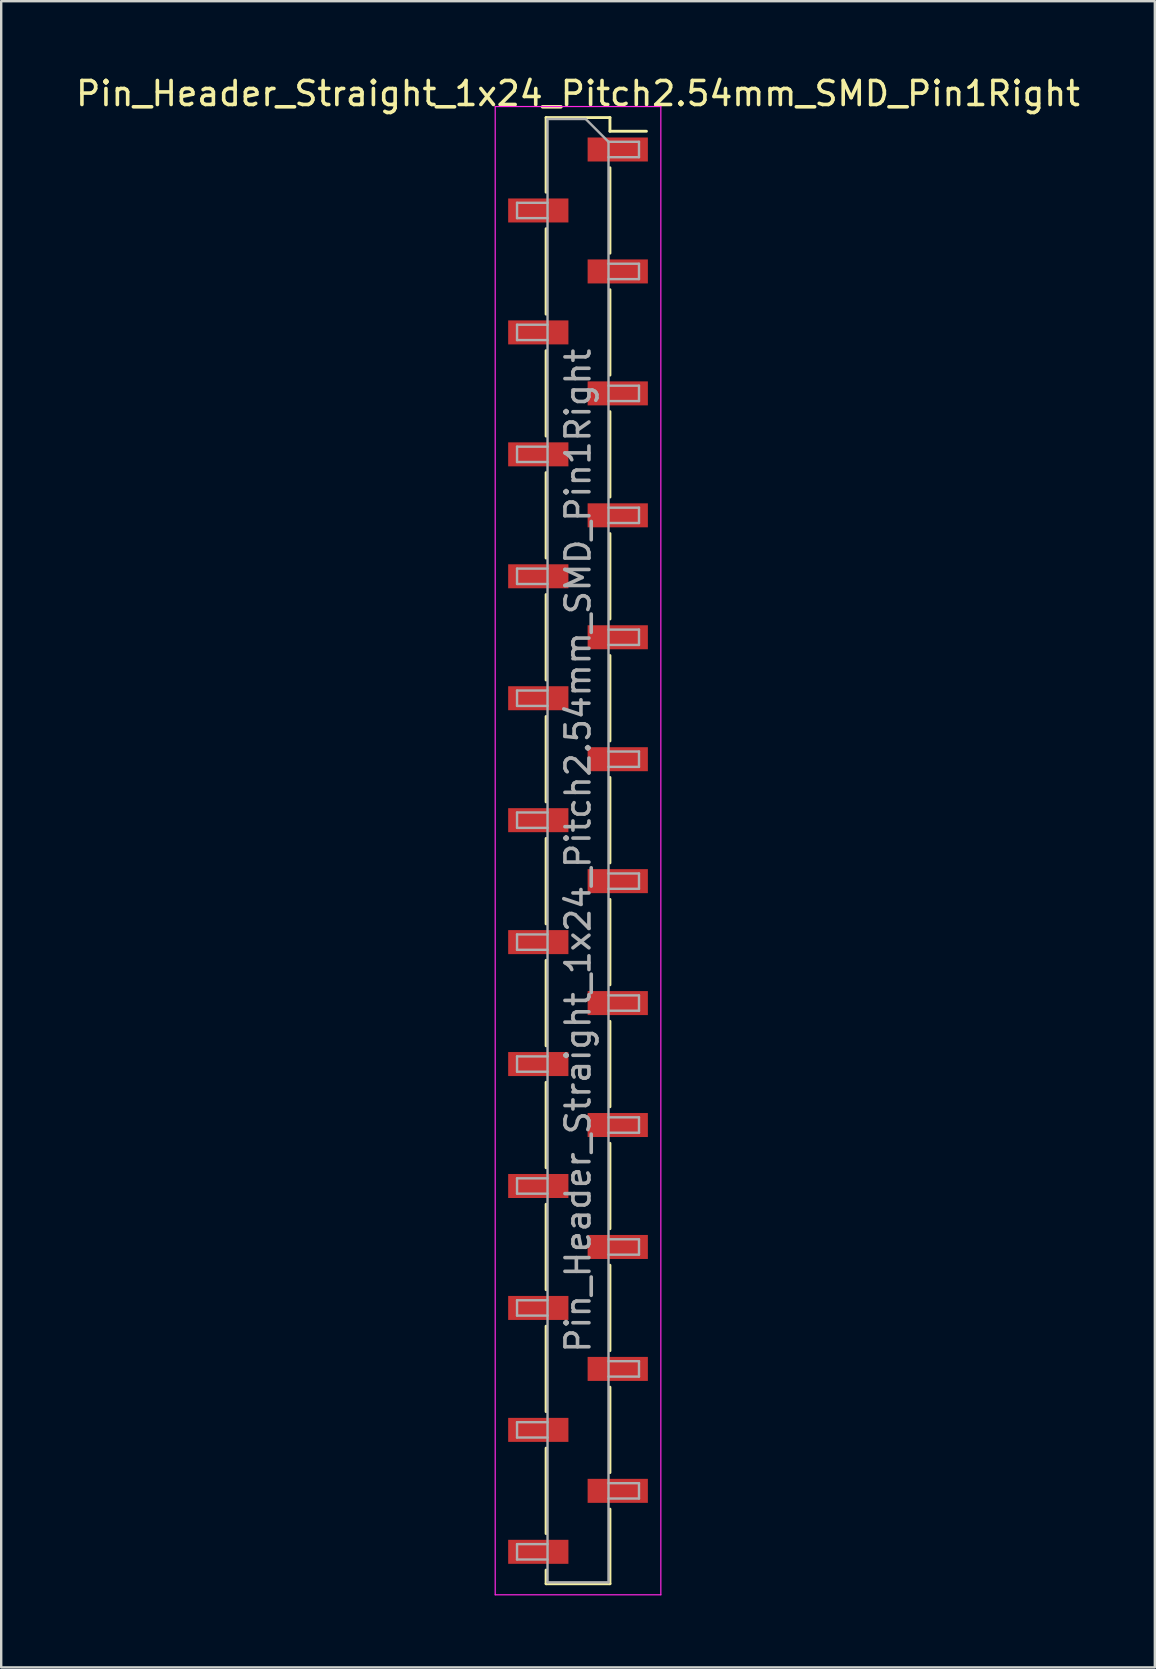
<source format=kicad_pcb>
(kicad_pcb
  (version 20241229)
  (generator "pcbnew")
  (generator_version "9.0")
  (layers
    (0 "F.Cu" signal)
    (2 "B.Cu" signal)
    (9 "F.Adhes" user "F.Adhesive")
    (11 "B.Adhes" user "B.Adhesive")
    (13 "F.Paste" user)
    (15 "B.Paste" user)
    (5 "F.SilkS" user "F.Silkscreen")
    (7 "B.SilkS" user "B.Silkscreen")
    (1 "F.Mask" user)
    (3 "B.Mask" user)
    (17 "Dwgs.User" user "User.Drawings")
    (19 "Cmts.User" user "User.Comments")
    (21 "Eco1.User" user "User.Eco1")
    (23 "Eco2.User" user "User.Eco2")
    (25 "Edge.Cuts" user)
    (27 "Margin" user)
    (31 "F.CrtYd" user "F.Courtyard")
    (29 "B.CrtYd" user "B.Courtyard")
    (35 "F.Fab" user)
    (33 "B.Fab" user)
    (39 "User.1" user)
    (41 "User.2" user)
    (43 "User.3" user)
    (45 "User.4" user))
  (footprint "Pin_Header_Straight_1x24_Pitch2.54mm_SMD_Pin1Right"
    (layer "F.Cu")
    (at 21.03 32.388)
    (property "Reference" "Pin_Header_Straight_1x24_Pitch2.54mm_SMD_Pin1Right" (at 0 -31.54 0) (layer "F.SilkS") (effects (font (size 1 1) (thickness 0.15))))
    (attr smd)
    (fp_line (start -1.33 -30.54) (end -1.33 -27.43) (stroke (width 0.12) (type solid)) (layer "F.SilkS"))
    (fp_line (start -1.33 -30.54) (end 1.33 -30.54) (stroke (width 0.12) (type solid)) (layer "F.SilkS"))
    (fp_line (start -1.33 -25.91) (end -1.33 -22.35) (stroke (width 0.12) (type solid)) (layer "F.SilkS"))
    (fp_line (start -1.33 -20.83) (end -1.33 -17.27) (stroke (width 0.12) (type solid)) (layer "F.SilkS"))
    (fp_line (start -1.33 -15.75) (end -1.33 -12.19) (stroke (width 0.12) (type solid)) (layer "F.SilkS"))
    (fp_line (start -1.33 -10.67) (end -1.33 -7.11) (stroke (width 0.12) (type solid)) (layer "F.SilkS"))
    (fp_line (start -1.33 -5.59) (end -1.33 -2.03) (stroke (width 0.12) (type solid)) (layer "F.SilkS"))
    (fp_line (start -1.33 -0.51) (end -1.33 3.05) (stroke (width 0.12) (type solid)) (layer "F.SilkS"))
    (fp_line (start -1.33 4.57) (end -1.33 8.13) (stroke (width 0.12) (type solid)) (layer "F.SilkS"))
    (fp_line (start -1.33 9.65) (end -1.33 13.21) (stroke (width 0.12) (type solid)) (layer "F.SilkS"))
    (fp_line (start -1.33 14.73) (end -1.33 18.29) (stroke (width 0.12) (type solid)) (layer "F.SilkS"))
    (fp_line (start -1.33 19.81) (end -1.33 23.37) (stroke (width 0.12) (type solid)) (layer "F.SilkS"))
    (fp_line (start -1.33 24.89) (end -1.33 28.45) (stroke (width 0.12) (type solid)) (layer "F.SilkS"))
    (fp_line (start -1.33 29.97) (end -1.33 30.54) (stroke (width 0.12) (type solid)) (layer "F.SilkS"))
    (fp_line (start -1.33 30.54) (end 1.33 30.54) (stroke (width 0.12) (type solid)) (layer "F.SilkS"))
    (fp_line (start 1.33 -30.54) (end 1.33 -29.97) (stroke (width 0.12) (type solid)) (layer "F.SilkS"))
    (fp_line (start 1.33 -29.97) (end 2.85 -29.97) (stroke (width 0.12) (type solid)) (layer "F.SilkS"))
    (fp_line (start 1.33 -28.45) (end 1.33 -24.89) (stroke (width 0.12) (type solid)) (layer "F.SilkS"))
    (fp_line (start 1.33 -23.37) (end 1.33 -19.81) (stroke (width 0.12) (type solid)) (layer "F.SilkS"))
    (fp_line (start 1.33 -18.29) (end 1.33 -14.73) (stroke (width 0.12) (type solid)) (layer "F.SilkS"))
    (fp_line (start 1.33 -13.21) (end 1.33 -9.65) (stroke (width 0.12) (type solid)) (layer "F.SilkS"))
    (fp_line (start 1.33 -8.13) (end 1.33 -4.57) (stroke (width 0.12) (type solid)) (layer "F.SilkS"))
    (fp_line (start 1.33 -3.05) (end 1.33 0.51) (stroke (width 0.12) (type solid)) (layer "F.SilkS"))
    (fp_line (start 1.33 2.03) (end 1.33 5.59) (stroke (width 0.12) (type solid)) (layer "F.SilkS"))
    (fp_line (start 1.33 7.11) (end 1.33 10.67) (stroke (width 0.12) (type solid)) (layer "F.SilkS"))
    (fp_line (start 1.33 12.19) (end 1.33 15.75) (stroke (width 0.12) (type solid)) (layer "F.SilkS"))
    (fp_line (start 1.33 17.27) (end 1.33 20.83) (stroke (width 0.12) (type solid)) (layer "F.SilkS"))
    (fp_line (start 1.33 22.35) (end 1.33 25.91) (stroke (width 0.12) (type solid)) (layer "F.SilkS"))
    (fp_line (start 1.33 27.43) (end 1.33 30.54) (stroke (width 0.12) (type solid)) (layer "F.SilkS"))
    (fp_line (start -3.45 -31) (end -3.45 31) (stroke (width 0.05) (type solid)) (layer "F.CrtYd"))
    (fp_line (start -3.45 31) (end 3.45 31) (stroke (width 0.05) (type solid)) (layer "F.CrtYd"))
    (fp_line (start 3.45 -31) (end -3.45 -31) (stroke (width 0.05) (type solid)) (layer "F.CrtYd"))
    (fp_line (start 3.45 31) (end 3.45 -31) (stroke (width 0.05) (type solid)) (layer "F.CrtYd"))
    (fp_line (start -2.54 -26.99) (end -2.54 -26.35) (stroke (width 0.1) (type solid)) (layer "F.Fab"))
    (fp_line (start -2.54 -26.35) (end -1.27 -26.35) (stroke (width 0.1) (type solid)) (layer "F.Fab"))
    (fp_line (start -2.54 -21.91) (end -2.54 -21.27) (stroke (width 0.1) (type solid)) (layer "F.Fab"))
    (fp_line (start -2.54 -21.27) (end -1.27 -21.27) (stroke (width 0.1) (type solid)) (layer "F.Fab"))
    (fp_line (start -2.54 -16.83) (end -2.54 -16.19) (stroke (width 0.1) (type solid)) (layer "F.Fab"))
    (fp_line (start -2.54 -16.19) (end -1.27 -16.19) (stroke (width 0.1) (type solid)) (layer "F.Fab"))
    (fp_line (start -2.54 -11.75) (end -2.54 -11.11) (stroke (width 0.1) (type solid)) (layer "F.Fab"))
    (fp_line (start -2.54 -11.11) (end -1.27 -11.11) (stroke (width 0.1) (type solid)) (layer "F.Fab"))
    (fp_line (start -2.54 -6.67) (end -2.54 -6.03) (stroke (width 0.1) (type solid)) (layer "F.Fab"))
    (fp_line (start -2.54 -6.03) (end -1.27 -6.03) (stroke (width 0.1) (type solid)) (layer "F.Fab"))
    (fp_line (start -2.54 -1.59) (end -2.54 -0.95) (stroke (width 0.1) (type solid)) (layer "F.Fab"))
    (fp_line (start -2.54 -0.95) (end -1.27 -0.95) (stroke (width 0.1) (type solid)) (layer "F.Fab"))
    (fp_line (start -2.54 3.49) (end -2.54 4.13) (stroke (width 0.1) (type solid)) (layer "F.Fab"))
    (fp_line (start -2.54 4.13) (end -1.27 4.13) (stroke (width 0.1) (type solid)) (layer "F.Fab"))
    (fp_line (start -2.54 8.57) (end -2.54 9.21) (stroke (width 0.1) (type solid)) (layer "F.Fab"))
    (fp_line (start -2.54 9.21) (end -1.27 9.21) (stroke (width 0.1) (type solid)) (layer "F.Fab"))
    (fp_line (start -2.54 13.65) (end -2.54 14.29) (stroke (width 0.1) (type solid)) (layer "F.Fab"))
    (fp_line (start -2.54 14.29) (end -1.27 14.29) (stroke (width 0.1) (type solid)) (layer "F.Fab"))
    (fp_line (start -2.54 18.73) (end -2.54 19.37) (stroke (width 0.1) (type solid)) (layer "F.Fab"))
    (fp_line (start -2.54 19.37) (end -1.27 19.37) (stroke (width 0.1) (type solid)) (layer "F.Fab"))
    (fp_line (start -2.54 23.81) (end -2.54 24.45) (stroke (width 0.1) (type solid)) (layer "F.Fab"))
    (fp_line (start -2.54 24.45) (end -1.27 24.45) (stroke (width 0.1) (type solid)) (layer "F.Fab"))
    (fp_line (start -2.54 28.89) (end -2.54 29.53) (stroke (width 0.1) (type solid)) (layer "F.Fab"))
    (fp_line (start -2.54 29.53) (end -1.27 29.53) (stroke (width 0.1) (type solid)) (layer "F.Fab"))
    (fp_line (start -1.27 -30.48) (end -1.27 30.48) (stroke (width 0.1) (type solid)) (layer "F.Fab"))
    (fp_line (start -1.27 -30.48) (end 0.32 -30.48) (stroke (width 0.1) (type solid)) (layer "F.Fab"))
    (fp_line (start -1.27 -26.99) (end -2.54 -26.99) (stroke (width 0.1) (type solid)) (layer "F.Fab"))
    (fp_line (start -1.27 -21.91) (end -2.54 -21.91) (stroke (width 0.1) (type solid)) (layer "F.Fab"))
    (fp_line (start -1.27 -16.83) (end -2.54 -16.83) (stroke (width 0.1) (type solid)) (layer "F.Fab"))
    (fp_line (start -1.27 -11.75) (end -2.54 -11.75) (stroke (width 0.1) (type solid)) (layer "F.Fab"))
    (fp_line (start -1.27 -6.67) (end -2.54 -6.67) (stroke (width 0.1) (type solid)) (layer "F.Fab"))
    (fp_line (start -1.27 -1.59) (end -2.54 -1.59) (stroke (width 0.1) (type solid)) (layer "F.Fab"))
    (fp_line (start -1.27 3.49) (end -2.54 3.49) (stroke (width 0.1) (type solid)) (layer "F.Fab"))
    (fp_line (start -1.27 8.57) (end -2.54 8.57) (stroke (width 0.1) (type solid)) (layer "F.Fab"))
    (fp_line (start -1.27 13.65) (end -2.54 13.65) (stroke (width 0.1) (type solid)) (layer "F.Fab"))
    (fp_line (start -1.27 18.73) (end -2.54 18.73) (stroke (width 0.1) (type solid)) (layer "F.Fab"))
    (fp_line (start -1.27 23.81) (end -2.54 23.81) (stroke (width 0.1) (type solid)) (layer "F.Fab"))
    (fp_line (start -1.27 28.89) (end -2.54 28.89) (stroke (width 0.1) (type solid)) (layer "F.Fab"))
    (fp_line (start 1.27 -29.53) (end 0.32 -30.48) (stroke (width 0.1) (type solid)) (layer "F.Fab"))
    (fp_line (start 1.27 -29.53) (end 2.54 -29.53) (stroke (width 0.1) (type solid)) (layer "F.Fab"))
    (fp_line (start 1.27 -24.45) (end 2.54 -24.45) (stroke (width 0.1) (type solid)) (layer "F.Fab"))
    (fp_line (start 1.27 -19.37) (end 2.54 -19.37) (stroke (width 0.1) (type solid)) (layer "F.Fab"))
    (fp_line (start 1.27 -14.29) (end 2.54 -14.29) (stroke (width 0.1) (type solid)) (layer "F.Fab"))
    (fp_line (start 1.27 -9.21) (end 2.54 -9.21) (stroke (width 0.1) (type solid)) (layer "F.Fab"))
    (fp_line (start 1.27 -4.13) (end 2.54 -4.13) (stroke (width 0.1) (type solid)) (layer "F.Fab"))
    (fp_line (start 1.27 0.95) (end 2.54 0.95) (stroke (width 0.1) (type solid)) (layer "F.Fab"))
    (fp_line (start 1.27 6.03) (end 2.54 6.03) (stroke (width 0.1) (type solid)) (layer "F.Fab"))
    (fp_line (start 1.27 11.11) (end 2.54 11.11) (stroke (width 0.1) (type solid)) (layer "F.Fab"))
    (fp_line (start 1.27 16.19) (end 2.54 16.19) (stroke (width 0.1) (type solid)) (layer "F.Fab"))
    (fp_line (start 1.27 21.27) (end 2.54 21.27) (stroke (width 0.1) (type solid)) (layer "F.Fab"))
    (fp_line (start 1.27 26.35) (end 2.54 26.35) (stroke (width 0.1) (type solid)) (layer "F.Fab"))
    (fp_line (start 1.27 30.48) (end -1.27 30.48) (stroke (width 0.1) (type solid)) (layer "F.Fab"))
    (fp_line (start 1.27 30.48) (end 1.27 -29.53) (stroke (width 0.1) (type solid)) (layer "F.Fab"))
    (fp_line (start 2.54 -29.53) (end 2.54 -28.89) (stroke (width 0.1) (type solid)) (layer "F.Fab"))
    (fp_line (start 2.54 -28.89) (end 1.27 -28.89) (stroke (width 0.1) (type solid)) (layer "F.Fab"))
    (fp_line (start 2.54 -24.45) (end 2.54 -23.81) (stroke (width 0.1) (type solid)) (layer "F.Fab"))
    (fp_line (start 2.54 -23.81) (end 1.27 -23.81) (stroke (width 0.1) (type solid)) (layer "F.Fab"))
    (fp_line (start 2.54 -19.37) (end 2.54 -18.73) (stroke (width 0.1) (type solid)) (layer "F.Fab"))
    (fp_line (start 2.54 -18.73) (end 1.27 -18.73) (stroke (width 0.1) (type solid)) (layer "F.Fab"))
    (fp_line (start 2.54 -14.29) (end 2.54 -13.65) (stroke (width 0.1) (type solid)) (layer "F.Fab"))
    (fp_line (start 2.54 -13.65) (end 1.27 -13.65) (stroke (width 0.1) (type solid)) (layer "F.Fab"))
    (fp_line (start 2.54 -9.21) (end 2.54 -8.57) (stroke (width 0.1) (type solid)) (layer "F.Fab"))
    (fp_line (start 2.54 -8.57) (end 1.27 -8.57) (stroke (width 0.1) (type solid)) (layer "F.Fab"))
    (fp_line (start 2.54 -4.13) (end 2.54 -3.49) (stroke (width 0.1) (type solid)) (layer "F.Fab"))
    (fp_line (start 2.54 -3.49) (end 1.27 -3.49) (stroke (width 0.1) (type solid)) (layer "F.Fab"))
    (fp_line (start 2.54 0.95) (end 2.54 1.59) (stroke (width 0.1) (type solid)) (layer "F.Fab"))
    (fp_line (start 2.54 1.59) (end 1.27 1.59) (stroke (width 0.1) (type solid)) (layer "F.Fab"))
    (fp_line (start 2.54 6.03) (end 2.54 6.67) (stroke (width 0.1) (type solid)) (layer "F.Fab"))
    (fp_line (start 2.54 6.67) (end 1.27 6.67) (stroke (width 0.1) (type solid)) (layer "F.Fab"))
    (fp_line (start 2.54 11.11) (end 2.54 11.75) (stroke (width 0.1) (type solid)) (layer "F.Fab"))
    (fp_line (start 2.54 11.75) (end 1.27 11.75) (stroke (width 0.1) (type solid)) (layer "F.Fab"))
    (fp_line (start 2.54 16.19) (end 2.54 16.83) (stroke (width 0.1) (type solid)) (layer "F.Fab"))
    (fp_line (start 2.54 16.83) (end 1.27 16.83) (stroke (width 0.1) (type solid)) (layer "F.Fab"))
    (fp_line (start 2.54 21.27) (end 2.54 21.91) (stroke (width 0.1) (type solid)) (layer "F.Fab"))
    (fp_line (start 2.54 21.91) (end 1.27 21.91) (stroke (width 0.1) (type solid)) (layer "F.Fab"))
    (fp_line (start 2.54 26.35) (end 2.54 26.99) (stroke (width 0.1) (type solid)) (layer "F.Fab"))
    (fp_line (start 2.54 26.99) (end 1.27 26.99) (stroke (width 0.1) (type solid)) (layer "F.Fab"))
    (fp_text user "${REFERENCE}" (at 0 0 90) (layer "F.Fab") (effects (font (size 1 1) (thickness 0.15))))
    (pad "1" smd rect (at 1.655 -29.21) (size 2.51 1) (layers "F.Cu" "F.Mask" "F.Paste"))
    (pad "2" smd rect (at -1.655 -26.67) (size 2.51 1) (layers "F.Cu" "F.Mask" "F.Paste"))
    (pad "3" smd rect (at 1.655 -24.13) (size 2.51 1) (layers "F.Cu" "F.Mask" "F.Paste"))
    (pad "4" smd rect (at -1.655 -21.59) (size 2.51 1) (layers "F.Cu" "F.Mask" "F.Paste"))
    (pad "5" smd rect (at 1.655 -19.05) (size 2.51 1) (layers "F.Cu" "F.Mask" "F.Paste"))
    (pad "6" smd rect (at -1.655 -16.51) (size 2.51 1) (layers "F.Cu" "F.Mask" "F.Paste"))
    (pad "7" smd rect (at 1.655 -13.97) (size 2.51 1) (layers "F.Cu" "F.Mask" "F.Paste"))
    (pad "8" smd rect (at -1.655 -11.43) (size 2.51 1) (layers "F.Cu" "F.Mask" "F.Paste"))
    (pad "9" smd rect (at 1.655 -8.89) (size 2.51 1) (layers "F.Cu" "F.Mask" "F.Paste"))
    (pad "10" smd rect (at -1.655 -6.35) (size 2.51 1) (layers "F.Cu" "F.Mask" "F.Paste"))
    (pad "11" smd rect (at 1.655 -3.81) (size 2.51 1) (layers "F.Cu" "F.Mask" "F.Paste"))
    (pad "12" smd rect (at -1.655 -1.27) (size 2.51 1) (layers "F.Cu" "F.Mask" "F.Paste"))
    (pad "13" smd rect (at 1.655 1.27) (size 2.51 1) (layers "F.Cu" "F.Mask" "F.Paste"))
    (pad "14" smd rect (at -1.655 3.81) (size 2.51 1) (layers "F.Cu" "F.Mask" "F.Paste"))
    (pad "15" smd rect (at 1.655 6.35) (size 2.51 1) (layers "F.Cu" "F.Mask" "F.Paste"))
    (pad "16" smd rect (at -1.655 8.89) (size 2.51 1) (layers "F.Cu" "F.Mask" "F.Paste"))
    (pad "17" smd rect (at 1.655 11.43) (size 2.51 1) (layers "F.Cu" "F.Mask" "F.Paste"))
    (pad "18" smd rect (at -1.655 13.97) (size 2.51 1) (layers "F.Cu" "F.Mask" "F.Paste"))
    (pad "19" smd rect (at 1.655 16.51) (size 2.51 1) (layers "F.Cu" "F.Mask" "F.Paste"))
    (pad "20" smd rect (at -1.655 19.05) (size 2.51 1) (layers "F.Cu" "F.Mask" "F.Paste"))
    (pad "21" smd rect (at 1.655 21.59) (size 2.51 1) (layers "F.Cu" "F.Mask" "F.Paste"))
    (pad "22" smd rect (at -1.655 24.13) (size 2.51 1) (layers "F.Cu" "F.Mask" "F.Paste"))
    (pad "23" smd rect (at 1.655 26.67) (size 2.51 1) (layers "F.Cu" "F.Mask" "F.Paste"))
    (pad "24" smd rect (at -1.655 29.21) (size 2.51 1) (layers "F.Cu" "F.Mask" "F.Paste")))
  (gr_rect
    (start -3 -3)
    (end 45.06 66.413)
    (stroke (width 0.1) (type default))
    (fill no)
    (layer "Edge.Cuts")))
</source>
